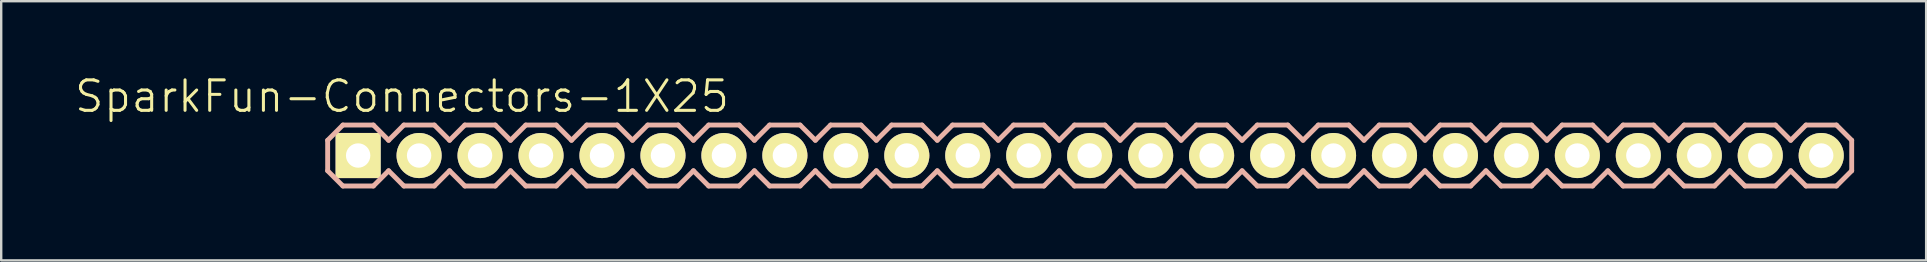
<source format=kicad_pcb>
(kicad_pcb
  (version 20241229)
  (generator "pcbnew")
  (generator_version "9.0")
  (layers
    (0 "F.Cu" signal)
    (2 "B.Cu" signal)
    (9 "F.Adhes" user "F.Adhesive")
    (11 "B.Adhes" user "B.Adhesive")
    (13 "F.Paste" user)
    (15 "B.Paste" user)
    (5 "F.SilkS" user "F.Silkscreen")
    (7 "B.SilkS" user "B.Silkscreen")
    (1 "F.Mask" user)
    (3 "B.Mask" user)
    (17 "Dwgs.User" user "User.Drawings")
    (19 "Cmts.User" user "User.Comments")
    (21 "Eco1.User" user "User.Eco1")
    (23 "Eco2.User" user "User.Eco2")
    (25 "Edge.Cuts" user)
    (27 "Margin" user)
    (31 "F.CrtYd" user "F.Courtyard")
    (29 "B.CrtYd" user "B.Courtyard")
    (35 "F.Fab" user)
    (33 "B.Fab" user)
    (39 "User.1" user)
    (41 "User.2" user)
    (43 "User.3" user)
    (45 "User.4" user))
  (footprint "SparkFun-Connectors-1X25"
    (layer "F.Cu")
    (at 11.872 3.43)
    (property "Reference" "SparkFun-Connectors-1X25" (at 1.829 -2.464 0) (layer "F.SilkS") (effects (font (size 1.27 1.27) (thickness 0.127))))
    (attr exclude_from_pos_files exclude_from_bom)
    (fp_line (start -0.254 -0.254) (end 0.254 -0.254) (stroke (width 0.066) (type solid)) (layer "F.SilkS"))
    (fp_line (start -0.254 0.254) (end -0.254 -0.254) (stroke (width 0.066) (type solid)) (layer "F.SilkS"))
    (fp_line (start -0.254 0.254) (end 0.254 0.254) (stroke (width 0.066) (type solid)) (layer "F.SilkS"))
    (fp_line (start 0.254 0.254) (end 0.254 -0.254) (stroke (width 0.066) (type solid)) (layer "F.SilkS"))
    (fp_line (start 2.286 -0.254) (end 2.794 -0.254) (stroke (width 0.066) (type solid)) (layer "F.SilkS"))
    (fp_line (start 2.286 0.254) (end 2.286 -0.254) (stroke (width 0.066) (type solid)) (layer "F.SilkS"))
    (fp_line (start 2.286 0.254) (end 2.794 0.254) (stroke (width 0.066) (type solid)) (layer "F.SilkS"))
    (fp_line (start 2.794 0.254) (end 2.794 -0.254) (stroke (width 0.066) (type solid)) (layer "F.SilkS"))
    (fp_line (start 4.826 -0.254) (end 5.334 -0.254) (stroke (width 0.066) (type solid)) (layer "F.SilkS"))
    (fp_line (start 4.826 0.254) (end 4.826 -0.254) (stroke (width 0.066) (type solid)) (layer "F.SilkS"))
    (fp_line (start 4.826 0.254) (end 5.334 0.254) (stroke (width 0.066) (type solid)) (layer "F.SilkS"))
    (fp_line (start 5.334 0.254) (end 5.334 -0.254) (stroke (width 0.066) (type solid)) (layer "F.SilkS"))
    (fp_line (start 7.366 -0.254) (end 7.874 -0.254) (stroke (width 0.066) (type solid)) (layer "F.SilkS"))
    (fp_line (start 7.366 0.254) (end 7.366 -0.254) (stroke (width 0.066) (type solid)) (layer "F.SilkS"))
    (fp_line (start 7.366 0.254) (end 7.874 0.254) (stroke (width 0.066) (type solid)) (layer "F.SilkS"))
    (fp_line (start 7.874 0.254) (end 7.874 -0.254) (stroke (width 0.066) (type solid)) (layer "F.SilkS"))
    (fp_line (start 9.906 -0.254) (end 10.414 -0.254) (stroke (width 0.066) (type solid)) (layer "F.SilkS"))
    (fp_line (start 9.906 0.254) (end 9.906 -0.254) (stroke (width 0.066) (type solid)) (layer "F.SilkS"))
    (fp_line (start 9.906 0.254) (end 10.414 0.254) (stroke (width 0.066) (type solid)) (layer "F.SilkS"))
    (fp_line (start 10.414 0.254) (end 10.414 -0.254) (stroke (width 0.066) (type solid)) (layer "F.SilkS"))
    (fp_line (start 12.446 -0.254) (end 12.954 -0.254) (stroke (width 0.066) (type solid)) (layer "F.SilkS"))
    (fp_line (start 12.446 0.254) (end 12.446 -0.254) (stroke (width 0.066) (type solid)) (layer "F.SilkS"))
    (fp_line (start 12.446 0.254) (end 12.954 0.254) (stroke (width 0.066) (type solid)) (layer "F.SilkS"))
    (fp_line (start 12.954 0.254) (end 12.954 -0.254) (stroke (width 0.066) (type solid)) (layer "F.SilkS"))
    (fp_line (start 14.986 -0.254) (end 15.494 -0.254) (stroke (width 0.066) (type solid)) (layer "F.SilkS"))
    (fp_line (start 14.986 0.254) (end 14.986 -0.254) (stroke (width 0.066) (type solid)) (layer "F.SilkS"))
    (fp_line (start 14.986 0.254) (end 15.494 0.254) (stroke (width 0.066) (type solid)) (layer "F.SilkS"))
    (fp_line (start 15.494 0.254) (end 15.494 -0.254) (stroke (width 0.066) (type solid)) (layer "F.SilkS"))
    (fp_line (start 17.523 -0.254) (end 18.034 -0.254) (stroke (width 0.066) (type solid)) (layer "F.SilkS"))
    (fp_line (start 17.523 0.254) (end 17.523 -0.254) (stroke (width 0.066) (type solid)) (layer "F.SilkS"))
    (fp_line (start 17.523 0.254) (end 18.034 0.254) (stroke (width 0.066) (type solid)) (layer "F.SilkS"))
    (fp_line (start 18.034 0.254) (end 18.034 -0.254) (stroke (width 0.066) (type solid)) (layer "F.SilkS"))
    (fp_line (start 20.066 -0.254) (end 20.574 -0.254) (stroke (width 0.066) (type solid)) (layer "F.SilkS"))
    (fp_line (start 20.066 0.254) (end 20.066 -0.254) (stroke (width 0.066) (type solid)) (layer "F.SilkS"))
    (fp_line (start 20.066 0.254) (end 20.574 0.254) (stroke (width 0.066) (type solid)) (layer "F.SilkS"))
    (fp_line (start 20.574 0.254) (end 20.574 -0.254) (stroke (width 0.066) (type solid)) (layer "F.SilkS"))
    (fp_line (start 22.606 -0.254) (end 23.114 -0.254) (stroke (width 0.066) (type solid)) (layer "F.SilkS"))
    (fp_line (start 22.606 0.254) (end 22.606 -0.254) (stroke (width 0.066) (type solid)) (layer "F.SilkS"))
    (fp_line (start 22.606 0.254) (end 23.114 0.254) (stroke (width 0.066) (type solid)) (layer "F.SilkS"))
    (fp_line (start 23.114 0.254) (end 23.114 -0.254) (stroke (width 0.066) (type solid)) (layer "F.SilkS"))
    (fp_line (start 25.146 -0.254) (end 25.654 -0.254) (stroke (width 0.066) (type solid)) (layer "F.SilkS"))
    (fp_line (start 25.146 0.254) (end 25.146 -0.254) (stroke (width 0.066) (type solid)) (layer "F.SilkS"))
    (fp_line (start 25.146 0.254) (end 25.654 0.254) (stroke (width 0.066) (type solid)) (layer "F.SilkS"))
    (fp_line (start 25.654 0.254) (end 25.654 -0.254) (stroke (width 0.066) (type solid)) (layer "F.SilkS"))
    (fp_line (start 27.686 -0.254) (end 28.194 -0.254) (stroke (width 0.066) (type solid)) (layer "F.SilkS"))
    (fp_line (start 27.686 0.254) (end 27.686 -0.254) (stroke (width 0.066) (type solid)) (layer "F.SilkS"))
    (fp_line (start 27.686 0.254) (end 28.194 0.254) (stroke (width 0.066) (type solid)) (layer "F.SilkS"))
    (fp_line (start 28.194 0.254) (end 28.194 -0.254) (stroke (width 0.066) (type solid)) (layer "F.SilkS"))
    (fp_line (start 30.226 -0.254) (end 30.734 -0.254) (stroke (width 0.066) (type solid)) (layer "F.SilkS"))
    (fp_line (start 30.226 0.254) (end 30.226 -0.254) (stroke (width 0.066) (type solid)) (layer "F.SilkS"))
    (fp_line (start 30.226 0.254) (end 30.734 0.254) (stroke (width 0.066) (type solid)) (layer "F.SilkS"))
    (fp_line (start 30.734 0.254) (end 30.734 -0.254) (stroke (width 0.066) (type solid)) (layer "F.SilkS"))
    (fp_line (start 32.766 -0.254) (end 33.274 -0.254) (stroke (width 0.066) (type solid)) (layer "F.SilkS"))
    (fp_line (start 32.766 0.254) (end 32.766 -0.254) (stroke (width 0.066) (type solid)) (layer "F.SilkS"))
    (fp_line (start 32.766 0.254) (end 33.274 0.254) (stroke (width 0.066) (type solid)) (layer "F.SilkS"))
    (fp_line (start 33.274 0.254) (end 33.274 -0.254) (stroke (width 0.066) (type solid)) (layer "F.SilkS"))
    (fp_line (start 35.303 -0.254) (end 35.814 -0.254) (stroke (width 0.066) (type solid)) (layer "F.SilkS"))
    (fp_line (start 35.303 0.254) (end 35.303 -0.254) (stroke (width 0.066) (type solid)) (layer "F.SilkS"))
    (fp_line (start 35.303 0.254) (end 35.814 0.254) (stroke (width 0.066) (type solid)) (layer "F.SilkS"))
    (fp_line (start 35.814 0.254) (end 35.814 -0.254) (stroke (width 0.066) (type solid)) (layer "F.SilkS"))
    (fp_line (start 37.846 -0.254) (end 38.354 -0.254) (stroke (width 0.066) (type solid)) (layer "F.SilkS"))
    (fp_line (start 37.846 0.254) (end 37.846 -0.254) (stroke (width 0.066) (type solid)) (layer "F.SilkS"))
    (fp_line (start 37.846 0.254) (end 38.354 0.254) (stroke (width 0.066) (type solid)) (layer "F.SilkS"))
    (fp_line (start 38.354 0.254) (end 38.354 -0.254) (stroke (width 0.066) (type solid)) (layer "F.SilkS"))
    (fp_line (start 40.386 -0.254) (end 40.894 -0.254) (stroke (width 0.066) (type solid)) (layer "F.SilkS"))
    (fp_line (start 40.386 0.254) (end 40.386 -0.254) (stroke (width 0.066) (type solid)) (layer "F.SilkS"))
    (fp_line (start 40.386 0.254) (end 40.894 0.254) (stroke (width 0.066) (type solid)) (layer "F.SilkS"))
    (fp_line (start 40.894 0.254) (end 40.894 -0.254) (stroke (width 0.066) (type solid)) (layer "F.SilkS"))
    (fp_line (start 42.926 -0.254) (end 43.434 -0.254) (stroke (width 0.066) (type solid)) (layer "F.SilkS"))
    (fp_line (start 42.926 0.254) (end 42.926 -0.254) (stroke (width 0.066) (type solid)) (layer "F.SilkS"))
    (fp_line (start 42.926 0.254) (end 43.434 0.254) (stroke (width 0.066) (type solid)) (layer "F.SilkS"))
    (fp_line (start 43.434 0.254) (end 43.434 -0.254) (stroke (width 0.066) (type solid)) (layer "F.SilkS"))
    (fp_line (start 45.466 -0.254) (end 45.974 -0.254) (stroke (width 0.066) (type solid)) (layer "F.SilkS"))
    (fp_line (start 45.466 0.254) (end 45.466 -0.254) (stroke (width 0.066) (type solid)) (layer "F.SilkS"))
    (fp_line (start 45.466 0.254) (end 45.974 0.254) (stroke (width 0.066) (type solid)) (layer "F.SilkS"))
    (fp_line (start 45.974 0.254) (end 45.974 -0.254) (stroke (width 0.066) (type solid)) (layer "F.SilkS"))
    (fp_line (start 48.006 -0.254) (end 48.514 -0.254) (stroke (width 0.066) (type solid)) (layer "F.SilkS"))
    (fp_line (start 48.006 0.254) (end 48.006 -0.254) (stroke (width 0.066) (type solid)) (layer "F.SilkS"))
    (fp_line (start 48.006 0.254) (end 48.514 0.254) (stroke (width 0.066) (type solid)) (layer "F.SilkS"))
    (fp_line (start 48.514 0.254) (end 48.514 -0.254) (stroke (width 0.066) (type solid)) (layer "F.SilkS"))
    (fp_line (start 50.546 -0.254) (end 51.051 -0.254) (stroke (width 0.066) (type solid)) (layer "F.SilkS"))
    (fp_line (start 50.546 0.254) (end 50.546 -0.254) (stroke (width 0.066) (type solid)) (layer "F.SilkS"))
    (fp_line (start 50.546 0.254) (end 51.051 0.254) (stroke (width 0.066) (type solid)) (layer "F.SilkS"))
    (fp_line (start 51.051 0.254) (end 51.051 -0.254) (stroke (width 0.066) (type solid)) (layer "F.SilkS"))
    (fp_line (start 53.086 -0.254) (end 53.594 -0.254) (stroke (width 0.066) (type solid)) (layer "F.SilkS"))
    (fp_line (start 53.086 0.254) (end 53.086 -0.254) (stroke (width 0.066) (type solid)) (layer "F.SilkS"))
    (fp_line (start 53.086 0.254) (end 53.594 0.254) (stroke (width 0.066) (type solid)) (layer "F.SilkS"))
    (fp_line (start 53.594 0.254) (end 53.594 -0.254) (stroke (width 0.066) (type solid)) (layer "F.SilkS"))
    (fp_line (start 55.626 -0.254) (end 56.134 -0.254) (stroke (width 0.066) (type solid)) (layer "F.SilkS"))
    (fp_line (start 55.626 0.254) (end 55.626 -0.254) (stroke (width 0.066) (type solid)) (layer "F.SilkS"))
    (fp_line (start 55.626 0.254) (end 56.134 0.254) (stroke (width 0.066) (type solid)) (layer "F.SilkS"))
    (fp_line (start 56.134 0.254) (end 56.134 -0.254) (stroke (width 0.066) (type solid)) (layer "F.SilkS"))
    (fp_line (start 58.166 -0.254) (end 58.674 -0.254) (stroke (width 0.066) (type solid)) (layer "F.SilkS"))
    (fp_line (start 58.166 0.254) (end 58.166 -0.254) (stroke (width 0.066) (type solid)) (layer "F.SilkS"))
    (fp_line (start 58.166 0.254) (end 58.674 0.254) (stroke (width 0.066) (type solid)) (layer "F.SilkS"))
    (fp_line (start 58.674 0.254) (end 58.674 -0.254) (stroke (width 0.066) (type solid)) (layer "F.SilkS"))
    (fp_line (start 60.706 -0.254) (end 61.214 -0.254) (stroke (width 0.066) (type solid)) (layer "F.SilkS"))
    (fp_line (start 60.706 0.254) (end 60.706 -0.254) (stroke (width 0.066) (type solid)) (layer "F.SilkS"))
    (fp_line (start 60.706 0.254) (end 61.214 0.254) (stroke (width 0.066) (type solid)) (layer "F.SilkS"))
    (fp_line (start 61.214 0.254) (end 61.214 -0.254) (stroke (width 0.066) (type solid)) (layer "F.SilkS"))
    (fp_line (start -1.27 -0.635) (end -1.27 0.635) (stroke (width 0.203) (type solid)) (layer "B.SilkS"))
    (fp_line (start -1.27 0.635) (end -0.635 1.27) (stroke (width 0.203) (type solid)) (layer "B.SilkS"))
    (fp_line (start -0.635 -1.27) (end -1.27 -0.635) (stroke (width 0.203) (type solid)) (layer "B.SilkS"))
    (fp_line (start -0.635 -1.27) (end 0.635 -1.27) (stroke (width 0.203) (type solid)) (layer "B.SilkS"))
    (fp_line (start 0.635 -1.27) (end 1.27 -0.635) (stroke (width 0.203) (type solid)) (layer "B.SilkS"))
    (fp_line (start 0.635 1.27) (end -0.635 1.27) (stroke (width 0.203) (type solid)) (layer "B.SilkS"))
    (fp_line (start 1.27 -0.635) (end 1.905 -1.27) (stroke (width 0.203) (type solid)) (layer "B.SilkS"))
    (fp_line (start 1.27 0.635) (end 0.635 1.27) (stroke (width 0.203) (type solid)) (layer "B.SilkS"))
    (fp_line (start 1.905 -1.27) (end 3.175 -1.27) (stroke (width 0.203) (type solid)) (layer "B.SilkS"))
    (fp_line (start 1.905 1.27) (end 1.27 0.635) (stroke (width 0.203) (type solid)) (layer "B.SilkS"))
    (fp_line (start 3.175 -1.27) (end 3.81 -0.635) (stroke (width 0.203) (type solid)) (layer "B.SilkS"))
    (fp_line (start 3.175 1.27) (end 1.905 1.27) (stroke (width 0.203) (type solid)) (layer "B.SilkS"))
    (fp_line (start 3.81 -0.635) (end 4.445 -1.27) (stroke (width 0.203) (type solid)) (layer "B.SilkS"))
    (fp_line (start 3.81 0.635) (end 3.175 1.27) (stroke (width 0.203) (type solid)) (layer "B.SilkS"))
    (fp_line (start 4.445 -1.27) (end 5.715 -1.27) (stroke (width 0.203) (type solid)) (layer "B.SilkS"))
    (fp_line (start 4.445 1.27) (end 3.81 0.635) (stroke (width 0.203) (type solid)) (layer "B.SilkS"))
    (fp_line (start 5.715 -1.27) (end 6.35 -0.635) (stroke (width 0.203) (type solid)) (layer "B.SilkS"))
    (fp_line (start 5.715 1.27) (end 4.445 1.27) (stroke (width 0.203) (type solid)) (layer "B.SilkS"))
    (fp_line (start 6.35 0.635) (end 5.715 1.27) (stroke (width 0.203) (type solid)) (layer "B.SilkS"))
    (fp_line (start 6.35 0.635) (end 6.985 1.27) (stroke (width 0.203) (type solid)) (layer "B.SilkS"))
    (fp_line (start 6.985 -1.27) (end 6.35 -0.635) (stroke (width 0.203) (type solid)) (layer "B.SilkS"))
    (fp_line (start 6.985 -1.27) (end 8.255 -1.27) (stroke (width 0.203) (type solid)) (layer "B.SilkS"))
    (fp_line (start 8.255 -1.27) (end 8.89 -0.635) (stroke (width 0.203) (type solid)) (layer "B.SilkS"))
    (fp_line (start 8.255 1.27) (end 6.985 1.27) (stroke (width 0.203) (type solid)) (layer "B.SilkS"))
    (fp_line (start 8.89 -0.635) (end 9.525 -1.27) (stroke (width 0.203) (type solid)) (layer "B.SilkS"))
    (fp_line (start 8.89 0.635) (end 8.255 1.27) (stroke (width 0.203) (type solid)) (layer "B.SilkS"))
    (fp_line (start 9.525 -1.27) (end 10.795 -1.27) (stroke (width 0.203) (type solid)) (layer "B.SilkS"))
    (fp_line (start 9.525 1.27) (end 8.89 0.635) (stroke (width 0.203) (type solid)) (layer "B.SilkS"))
    (fp_line (start 10.795 -1.27) (end 11.43 -0.635) (stroke (width 0.203) (type solid)) (layer "B.SilkS"))
    (fp_line (start 10.795 1.27) (end 9.525 1.27) (stroke (width 0.203) (type solid)) (layer "B.SilkS"))
    (fp_line (start 11.43 -0.635) (end 12.065 -1.27) (stroke (width 0.203) (type solid)) (layer "B.SilkS"))
    (fp_line (start 11.43 0.635) (end 10.795 1.27) (stroke (width 0.203) (type solid)) (layer "B.SilkS"))
    (fp_line (start 12.065 -1.27) (end 13.335 -1.27) (stroke (width 0.203) (type solid)) (layer "B.SilkS"))
    (fp_line (start 12.065 1.27) (end 11.43 0.635) (stroke (width 0.203) (type solid)) (layer "B.SilkS"))
    (fp_line (start 13.335 -1.27) (end 13.97 -0.635) (stroke (width 0.203) (type solid)) (layer "B.SilkS"))
    (fp_line (start 13.335 1.27) (end 12.065 1.27) (stroke (width 0.203) (type solid)) (layer "B.SilkS"))
    (fp_line (start 13.97 0.635) (end 13.335 1.27) (stroke (width 0.203) (type solid)) (layer "B.SilkS"))
    (fp_line (start 13.97 0.635) (end 14.605 1.27) (stroke (width 0.203) (type solid)) (layer "B.SilkS"))
    (fp_line (start 14.605 -1.27) (end 13.97 -0.635) (stroke (width 0.203) (type solid)) (layer "B.SilkS"))
    (fp_line (start 14.605 -1.27) (end 15.875 -1.27) (stroke (width 0.203) (type solid)) (layer "B.SilkS"))
    (fp_line (start 15.875 -1.27) (end 16.51 -0.635) (stroke (width 0.203) (type solid)) (layer "B.SilkS"))
    (fp_line (start 15.875 1.27) (end 14.605 1.27) (stroke (width 0.203) (type solid)) (layer "B.SilkS"))
    (fp_line (start 16.51 0.635) (end 15.875 1.27) (stroke (width 0.203) (type solid)) (layer "B.SilkS"))
    (fp_line (start 16.51 0.635) (end 17.145 1.27) (stroke (width 0.203) (type solid)) (layer "B.SilkS"))
    (fp_line (start 17.145 -1.27) (end 16.51 -0.635) (stroke (width 0.203) (type solid)) (layer "B.SilkS"))
    (fp_line (start 17.145 -1.27) (end 18.415 -1.27) (stroke (width 0.203) (type solid)) (layer "B.SilkS"))
    (fp_line (start 18.415 -1.27) (end 19.05 -0.635) (stroke (width 0.203) (type solid)) (layer "B.SilkS"))
    (fp_line (start 18.415 1.27) (end 17.145 1.27) (stroke (width 0.203) (type solid)) (layer "B.SilkS"))
    (fp_line (start 19.05 -0.635) (end 19.685 -1.27) (stroke (width 0.203) (type solid)) (layer "B.SilkS"))
    (fp_line (start 19.05 0.635) (end 18.415 1.27) (stroke (width 0.203) (type solid)) (layer "B.SilkS"))
    (fp_line (start 19.685 -1.27) (end 20.955 -1.27) (stroke (width 0.203) (type solid)) (layer "B.SilkS"))
    (fp_line (start 19.685 1.27) (end 19.05 0.635) (stroke (width 0.203) (type solid)) (layer "B.SilkS"))
    (fp_line (start 20.955 -1.27) (end 21.59 -0.635) (stroke (width 0.203) (type solid)) (layer "B.SilkS"))
    (fp_line (start 20.955 1.27) (end 19.685 1.27) (stroke (width 0.203) (type solid)) (layer "B.SilkS"))
    (fp_line (start 21.59 -0.635) (end 22.225 -1.27) (stroke (width 0.203) (type solid)) (layer "B.SilkS"))
    (fp_line (start 21.59 0.635) (end 20.955 1.27) (stroke (width 0.203) (type solid)) (layer "B.SilkS"))
    (fp_line (start 22.225 -1.27) (end 23.495 -1.27) (stroke (width 0.203) (type solid)) (layer "B.SilkS"))
    (fp_line (start 22.225 1.27) (end 21.59 0.635) (stroke (width 0.203) (type solid)) (layer "B.SilkS"))
    (fp_line (start 23.495 -1.27) (end 24.13 -0.635) (stroke (width 0.203) (type solid)) (layer "B.SilkS"))
    (fp_line (start 23.495 1.27) (end 22.225 1.27) (stroke (width 0.203) (type solid)) (layer "B.SilkS"))
    (fp_line (start 24.13 0.635) (end 23.495 1.27) (stroke (width 0.203) (type solid)) (layer "B.SilkS"))
    (fp_line (start 24.13 0.635) (end 24.765 1.27) (stroke (width 0.203) (type solid)) (layer "B.SilkS"))
    (fp_line (start 24.765 -1.27) (end 24.13 -0.635) (stroke (width 0.203) (type solid)) (layer "B.SilkS"))
    (fp_line (start 24.765 -1.27) (end 26.035 -1.27) (stroke (width 0.203) (type solid)) (layer "B.SilkS"))
    (fp_line (start 26.035 -1.27) (end 26.67 -0.635) (stroke (width 0.203) (type solid)) (layer "B.SilkS"))
    (fp_line (start 26.035 1.27) (end 24.765 1.27) (stroke (width 0.203) (type solid)) (layer "B.SilkS"))
    (fp_line (start 26.67 -0.635) (end 27.305 -1.27) (stroke (width 0.203) (type solid)) (layer "B.SilkS"))
    (fp_line (start 26.67 0.635) (end 26.035 1.27) (stroke (width 0.203) (type solid)) (layer "B.SilkS"))
    (fp_line (start 27.305 -1.27) (end 28.575 -1.27) (stroke (width 0.203) (type solid)) (layer "B.SilkS"))
    (fp_line (start 27.305 1.27) (end 26.67 0.635) (stroke (width 0.203) (type solid)) (layer "B.SilkS"))
    (fp_line (start 28.575 -1.27) (end 29.21 -0.635) (stroke (width 0.203) (type solid)) (layer "B.SilkS"))
    (fp_line (start 28.575 1.27) (end 27.305 1.27) (stroke (width 0.203) (type solid)) (layer "B.SilkS"))
    (fp_line (start 29.21 -0.635) (end 29.845 -1.27) (stroke (width 0.203) (type solid)) (layer "B.SilkS"))
    (fp_line (start 29.21 0.635) (end 28.575 1.27) (stroke (width 0.203) (type solid)) (layer "B.SilkS"))
    (fp_line (start 29.845 -1.27) (end 31.115 -1.27) (stroke (width 0.203) (type solid)) (layer "B.SilkS"))
    (fp_line (start 29.845 1.27) (end 29.21 0.635) (stroke (width 0.203) (type solid)) (layer "B.SilkS"))
    (fp_line (start 31.115 -1.27) (end 31.75 -0.635) (stroke (width 0.203) (type solid)) (layer "B.SilkS"))
    (fp_line (start 31.115 1.27) (end 29.845 1.27) (stroke (width 0.203) (type solid)) (layer "B.SilkS"))
    (fp_line (start 31.75 0.635) (end 31.115 1.27) (stroke (width 0.203) (type solid)) (layer "B.SilkS"))
    (fp_line (start 31.75 0.635) (end 32.385 1.27) (stroke (width 0.203) (type solid)) (layer "B.SilkS"))
    (fp_line (start 32.385 -1.27) (end 31.75 -0.635) (stroke (width 0.203) (type solid)) (layer "B.SilkS"))
    (fp_line (start 32.385 -1.27) (end 33.655 -1.27) (stroke (width 0.203) (type solid)) (layer "B.SilkS"))
    (fp_line (start 33.655 -1.27) (end 34.29 -0.635) (stroke (width 0.203) (type solid)) (layer "B.SilkS"))
    (fp_line (start 33.655 1.27) (end 32.385 1.27) (stroke (width 0.203) (type solid)) (layer "B.SilkS"))
    (fp_line (start 34.29 0.635) (end 33.655 1.27) (stroke (width 0.203) (type solid)) (layer "B.SilkS"))
    (fp_line (start 34.29 0.635) (end 34.925 1.27) (stroke (width 0.203) (type solid)) (layer "B.SilkS"))
    (fp_line (start 34.925 -1.27) (end 34.29 -0.635) (stroke (width 0.203) (type solid)) (layer "B.SilkS"))
    (fp_line (start 34.925 -1.27) (end 36.195 -1.27) (stroke (width 0.203) (type solid)) (layer "B.SilkS"))
    (fp_line (start 36.195 -1.27) (end 36.83 -0.635) (stroke (width 0.203) (type solid)) (layer "B.SilkS"))
    (fp_line (start 36.195 1.27) (end 34.925 1.27) (stroke (width 0.203) (type solid)) (layer "B.SilkS"))
    (fp_line (start 36.83 0.635) (end 36.195 1.27) (stroke (width 0.203) (type solid)) (layer "B.SilkS"))
    (fp_line (start 36.83 0.635) (end 37.465 1.27) (stroke (width 0.203) (type solid)) (layer "B.SilkS"))
    (fp_line (start 37.465 -1.27) (end 36.83 -0.635) (stroke (width 0.203) (type solid)) (layer "B.SilkS"))
    (fp_line (start 37.465 -1.27) (end 38.735 -1.27) (stroke (width 0.203) (type solid)) (layer "B.SilkS"))
    (fp_line (start 38.735 -1.27) (end 39.37 -0.635) (stroke (width 0.203) (type solid)) (layer "B.SilkS"))
    (fp_line (start 38.735 1.27) (end 37.465 1.27) (stroke (width 0.203) (type solid)) (layer "B.SilkS"))
    (fp_line (start 39.37 0.635) (end 38.735 1.27) (stroke (width 0.203) (type solid)) (layer "B.SilkS"))
    (fp_line (start 39.37 0.635) (end 40.005 1.27) (stroke (width 0.203) (type solid)) (layer "B.SilkS"))
    (fp_line (start 40.005 -1.27) (end 39.37 -0.635) (stroke (width 0.203) (type solid)) (layer "B.SilkS"))
    (fp_line (start 40.005 -1.27) (end 41.275 -1.27) (stroke (width 0.203) (type solid)) (layer "B.SilkS"))
    (fp_line (start 41.275 -1.27) (end 41.91 -0.635) (stroke (width 0.203) (type solid)) (layer "B.SilkS"))
    (fp_line (start 41.275 1.27) (end 40.005 1.27) (stroke (width 0.203) (type solid)) (layer "B.SilkS"))
    (fp_line (start 41.91 0.635) (end 41.275 1.27) (stroke (width 0.203) (type solid)) (layer "B.SilkS"))
    (fp_line (start 41.91 0.635) (end 42.545 1.27) (stroke (width 0.203) (type solid)) (layer "B.SilkS"))
    (fp_line (start 42.545 -1.27) (end 41.91 -0.635) (stroke (width 0.203) (type solid)) (layer "B.SilkS"))
    (fp_line (start 42.545 -1.27) (end 43.815 -1.27) (stroke (width 0.203) (type solid)) (layer "B.SilkS"))
    (fp_line (start 43.815 -1.27) (end 44.45 -0.635) (stroke (width 0.203) (type solid)) (layer "B.SilkS"))
    (fp_line (start 43.815 1.27) (end 42.545 1.27) (stroke (width 0.203) (type solid)) (layer "B.SilkS"))
    (fp_line (start 44.45 0.635) (end 43.815 1.27) (stroke (width 0.203) (type solid)) (layer "B.SilkS"))
    (fp_line (start 44.45 0.635) (end 45.085 1.27) (stroke (width 0.203) (type solid)) (layer "B.SilkS"))
    (fp_line (start 45.085 -1.27) (end 44.45 -0.635) (stroke (width 0.203) (type solid)) (layer "B.SilkS"))
    (fp_line (start 45.085 -1.27) (end 46.355 -1.27) (stroke (width 0.203) (type solid)) (layer "B.SilkS"))
    (fp_line (start 46.355 -1.27) (end 46.99 -0.635) (stroke (width 0.203) (type solid)) (layer "B.SilkS"))
    (fp_line (start 46.355 1.27) (end 45.085 1.27) (stroke (width 0.203) (type solid)) (layer "B.SilkS"))
    (fp_line (start 46.99 0.635) (end 46.355 1.27) (stroke (width 0.203) (type solid)) (layer "B.SilkS"))
    (fp_line (start 46.99 0.635) (end 47.625 1.27) (stroke (width 0.203) (type solid)) (layer "B.SilkS"))
    (fp_line (start 47.625 -1.27) (end 46.99 -0.635) (stroke (width 0.203) (type solid)) (layer "B.SilkS"))
    (fp_line (start 47.625 -1.27) (end 48.895 -1.27) (stroke (width 0.203) (type solid)) (layer "B.SilkS"))
    (fp_line (start 48.895 -1.27) (end 49.53 -0.635) (stroke (width 0.203) (type solid)) (layer "B.SilkS"))
    (fp_line (start 48.895 1.27) (end 47.625 1.27) (stroke (width 0.203) (type solid)) (layer "B.SilkS"))
    (fp_line (start 49.53 0.635) (end 48.895 1.27) (stroke (width 0.203) (type solid)) (layer "B.SilkS"))
    (fp_line (start 49.53 0.635) (end 50.165 1.27) (stroke (width 0.203) (type solid)) (layer "B.SilkS"))
    (fp_line (start 50.165 -1.27) (end 49.53 -0.635) (stroke (width 0.203) (type solid)) (layer "B.SilkS"))
    (fp_line (start 50.165 -1.27) (end 51.435 -1.27) (stroke (width 0.203) (type solid)) (layer "B.SilkS"))
    (fp_line (start 51.435 -1.27) (end 52.07 -0.635) (stroke (width 0.203) (type solid)) (layer "B.SilkS"))
    (fp_line (start 51.435 1.27) (end 50.165 1.27) (stroke (width 0.203) (type solid)) (layer "B.SilkS"))
    (fp_line (start 52.07 0.635) (end 51.435 1.27) (stroke (width 0.203) (type solid)) (layer "B.SilkS"))
    (fp_line (start 52.07 0.635) (end 52.705 1.27) (stroke (width 0.203) (type solid)) (layer "B.SilkS"))
    (fp_line (start 52.705 -1.27) (end 52.07 -0.635) (stroke (width 0.203) (type solid)) (layer "B.SilkS"))
    (fp_line (start 52.705 -1.27) (end 53.975 -1.27) (stroke (width 0.203) (type solid)) (layer "B.SilkS"))
    (fp_line (start 53.975 -1.27) (end 54.61 -0.635) (stroke (width 0.203) (type solid)) (layer "B.SilkS"))
    (fp_line (start 53.975 1.27) (end 52.705 1.27) (stroke (width 0.203) (type solid)) (layer "B.SilkS"))
    (fp_line (start 54.61 0.635) (end 53.975 1.27) (stroke (width 0.203) (type solid)) (layer "B.SilkS"))
    (fp_line (start 54.61 0.635) (end 55.245 1.27) (stroke (width 0.203) (type solid)) (layer "B.SilkS"))
    (fp_line (start 55.245 -1.27) (end 54.61 -0.635) (stroke (width 0.203) (type solid)) (layer "B.SilkS"))
    (fp_line (start 55.245 -1.27) (end 56.515 -1.27) (stroke (width 0.203) (type solid)) (layer "B.SilkS"))
    (fp_line (start 56.515 -1.27) (end 57.15 -0.635) (stroke (width 0.203) (type solid)) (layer "B.SilkS"))
    (fp_line (start 56.515 1.27) (end 55.245 1.27) (stroke (width 0.203) (type solid)) (layer "B.SilkS"))
    (fp_line (start 57.15 0.635) (end 56.515 1.27) (stroke (width 0.203) (type solid)) (layer "B.SilkS"))
    (fp_line (start 57.15 0.635) (end 57.785 1.27) (stroke (width 0.203) (type solid)) (layer "B.SilkS"))
    (fp_line (start 57.785 -1.27) (end 57.15 -0.635) (stroke (width 0.203) (type solid)) (layer "B.SilkS"))
    (fp_line (start 57.785 -1.27) (end 59.055 -1.27) (stroke (width 0.203) (type solid)) (layer "B.SilkS"))
    (fp_line (start 59.055 -1.27) (end 59.69 -0.635) (stroke (width 0.203) (type solid)) (layer "B.SilkS"))
    (fp_line (start 59.055 1.27) (end 57.785 1.27) (stroke (width 0.203) (type solid)) (layer "B.SilkS"))
    (fp_line (start 59.69 0.635) (end 59.055 1.27) (stroke (width 0.203) (type solid)) (layer "B.SilkS"))
    (fp_line (start 59.69 0.635) (end 60.325 1.27) (stroke (width 0.203) (type solid)) (layer "B.SilkS"))
    (fp_line (start 60.325 -1.27) (end 59.69 -0.635) (stroke (width 0.203) (type solid)) (layer "B.SilkS"))
    (fp_line (start 60.325 -1.27) (end 61.595 -1.27) (stroke (width 0.203) (type solid)) (layer "B.SilkS"))
    (fp_line (start 61.595 -1.27) (end 62.23 -0.635) (stroke (width 0.203) (type solid)) (layer "B.SilkS"))
    (fp_line (start 61.595 1.27) (end 60.325 1.27) (stroke (width 0.203) (type solid)) (layer "B.SilkS"))
    (fp_line (start 62.23 -0.635) (end 62.23 0.635) (stroke (width 0.203) (type solid)) (layer "B.SilkS"))
    (fp_line (start 62.23 0.635) (end 61.595 1.27) (stroke (width 0.203) (type solid)) (layer "B.SilkS"))
    (pad "1" thru_hole rect (at 0 0) (size 1.88 1.88) (drill 1.016) (layers "*.Cu" "F.Mask" "F.SilkS" "F.Paste"))
    (pad "2" thru_hole circle (at 2.54 0) (size 1.88 1.88) (drill 1.016) (layers "*.Cu" "F.Mask" "F.SilkS" "F.Paste"))
    (pad "3" thru_hole circle (at 5.08 0) (size 1.88 1.88) (drill 1.016) (layers "*.Cu" "F.Mask" "F.SilkS" "F.Paste"))
    (pad "4" thru_hole circle (at 7.62 0) (size 1.88 1.88) (drill 1.016) (layers "*.Cu" "F.Mask" "F.SilkS" "F.Paste"))
    (pad "5" thru_hole circle (at 10.16 0) (size 1.88 1.88) (drill 1.016) (layers "*.Cu" "F.Mask" "F.SilkS" "F.Paste"))
    (pad "6" thru_hole circle (at 12.7 0) (size 1.88 1.88) (drill 1.016) (layers "*.Cu" "F.Mask" "F.SilkS" "F.Paste"))
    (pad "7" thru_hole circle (at 15.24 0) (size 1.88 1.88) (drill 1.016) (layers "*.Cu" "F.Mask" "F.SilkS" "F.Paste"))
    (pad "8" thru_hole circle (at 17.78 0) (size 1.88 1.88) (drill 1.016) (layers "*.Cu" "F.Mask" "F.SilkS" "F.Paste"))
    (pad "9" thru_hole circle (at 20.32 0) (size 1.88 1.88) (drill 1.016) (layers "*.Cu" "F.Mask" "F.SilkS" "F.Paste"))
    (pad "10" thru_hole circle (at 22.86 0) (size 1.88 1.88) (drill 1.016) (layers "*.Cu" "F.Mask" "F.SilkS" "F.Paste"))
    (pad "11" thru_hole circle (at 25.4 0) (size 1.88 1.88) (drill 1.016) (layers "*.Cu" "F.Mask" "F.SilkS" "F.Paste"))
    (pad "12" thru_hole circle (at 27.94 0) (size 1.88 1.88) (drill 1.016) (layers "*.Cu" "F.Mask" "F.SilkS" "F.Paste"))
    (pad "13" thru_hole circle (at 30.48 0) (size 1.88 1.88) (drill 1.016) (layers "*.Cu" "F.Mask" "F.SilkS" "F.Paste"))
    (pad "14" thru_hole circle (at 33.02 0) (size 1.88 1.88) (drill 1.016) (layers "*.Cu" "F.Mask" "F.SilkS" "F.Paste"))
    (pad "15" thru_hole circle (at 35.56 0) (size 1.88 1.88) (drill 1.016) (layers "*.Cu" "F.Mask" "F.SilkS" "F.Paste"))
    (pad "16" thru_hole circle (at 38.1 0) (size 1.88 1.88) (drill 1.016) (layers "*.Cu" "F.Mask" "F.SilkS" "F.Paste"))
    (pad "17" thru_hole circle (at 40.64 0) (size 1.88 1.88) (drill 1.016) (layers "*.Cu" "F.Mask" "F.SilkS" "F.Paste"))
    (pad "18" thru_hole circle (at 43.18 0) (size 1.88 1.88) (drill 1.016) (layers "*.Cu" "F.Mask" "F.SilkS" "F.Paste"))
    (pad "19" thru_hole circle (at 45.72 0) (size 1.88 1.88) (drill 1.016) (layers "*.Cu" "F.Mask" "F.SilkS" "F.Paste"))
    (pad "20" thru_hole circle (at 48.26 0) (size 1.88 1.88) (drill 1.016) (layers "*.Cu" "F.Mask" "F.SilkS" "F.Paste"))
    (pad "21" thru_hole circle (at 50.8 0) (size 1.88 1.88) (drill 1.016) (layers "*.Cu" "F.Mask" "F.SilkS" "F.Paste"))
    (pad "22" thru_hole circle (at 53.34 0) (size 1.88 1.88) (drill 1.016) (layers "*.Cu" "F.Mask" "F.SilkS" "F.Paste"))
    (pad "23" thru_hole circle (at 55.88 0) (size 1.88 1.88) (drill 1.016) (layers "*.Cu" "F.Mask" "F.SilkS" "F.Paste"))
    (pad "24" thru_hole circle (at 58.42 0) (size 1.88 1.88) (drill 1.016) (layers "*.Cu" "F.Mask" "F.SilkS" "F.Paste"))
    (pad "25" thru_hole circle (at 60.96 0) (size 1.88 1.88) (drill 1.016) (layers "*.Cu" "F.Mask" "F.SilkS" "F.Paste")))
  (gr_rect
    (start -3 -3)
    (end 77.204 7.801)
    (stroke (width 0.1) (type default))
    (fill no)
    (layer "Edge.Cuts")))
</source>
